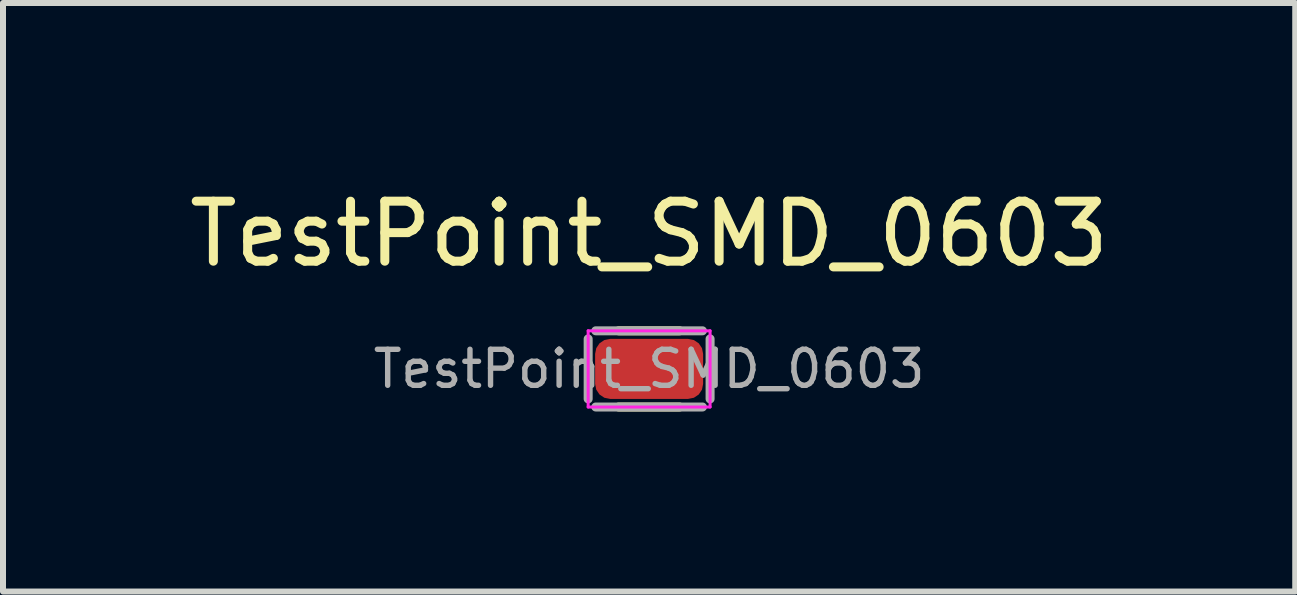
<source format=kicad_pcb>
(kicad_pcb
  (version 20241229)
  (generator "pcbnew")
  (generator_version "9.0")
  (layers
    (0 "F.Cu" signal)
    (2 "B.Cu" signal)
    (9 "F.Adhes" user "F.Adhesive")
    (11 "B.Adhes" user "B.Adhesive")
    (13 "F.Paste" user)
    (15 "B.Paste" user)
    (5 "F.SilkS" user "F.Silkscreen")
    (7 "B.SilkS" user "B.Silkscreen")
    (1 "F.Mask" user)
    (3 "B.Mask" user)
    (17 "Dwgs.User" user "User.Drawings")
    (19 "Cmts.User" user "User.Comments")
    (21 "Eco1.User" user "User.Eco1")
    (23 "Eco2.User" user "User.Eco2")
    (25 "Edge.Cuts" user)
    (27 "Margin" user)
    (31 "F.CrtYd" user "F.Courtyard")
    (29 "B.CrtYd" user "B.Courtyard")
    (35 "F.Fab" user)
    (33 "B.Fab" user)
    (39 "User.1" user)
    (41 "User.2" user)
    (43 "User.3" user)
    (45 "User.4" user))
  (footprint "TestPoint_SMD_0603"
    (layer "F.Cu")
    (at 7.768 3.098)
    (property "Reference" "TestPoint_SMD_0603" (at 0 -2.25 0) (layer "F.SilkS") (effects (font (size 1 1) (thickness 0.15))))
    (attr smd)
    (fp_line (start -0.508 -0.635) (end 0.508 -0.635) (stroke (width 0.15) (type solid)) (layer "F.SilkS"))
    (fp_line (start 0.508 0.635) (end -0.508 0.635) (stroke (width 0.15) (type solid)) (layer "F.SilkS"))
    (fp_line (start -1.016 -0.635) (end 1.016 -0.635) (stroke (width 0.05) (type solid)) (layer "F.CrtYd"))
    (fp_line (start -1.016 0.635) (end -1.016 -0.635) (stroke (width 0.05) (type solid)) (layer "F.CrtYd"))
    (fp_line (start 1.016 -0.635) (end 1.016 0.635) (stroke (width 0.05) (type solid)) (layer "F.CrtYd"))
    (fp_line (start 1.016 0.635) (end -1.016 0.635) (stroke (width 0.05) (type solid)) (layer "F.CrtYd"))
    (fp_line (start -1.016 0.5) (end -1.016 -0.5) (stroke (width 0.15) (type solid)) (layer "F.Fab"))
    (fp_line (start -0.889 0.635) (end 0.889 0.635) (stroke (width 0.15) (type solid)) (layer "F.Fab"))
    (fp_line (start 0.889 -0.635) (end -0.889 -0.635) (stroke (width 0.15) (type solid)) (layer "F.Fab"))
    (fp_line (start 1.016 -0.5) (end 1.016 0.5) (stroke (width 0.15) (type solid)) (layer "F.Fab"))
    (fp_text user "${REFERENCE}" (at 0 0 0) (layer "F.Fab") (effects (font (size 0.6 0.6) (thickness 0.09))))
    (pad "1" smd roundrect (at 0 0) (size 1.8 1) (layers "F.Cu" "F.Mask" "F.Paste") (roundrect_rratio 0.25)))
  (gr_rect
    (start -3 -3)
    (end 18.536 6.808)
    (stroke (width 0.1) (type default))
    (fill no)
    (layer "Edge.Cuts")))
</source>
